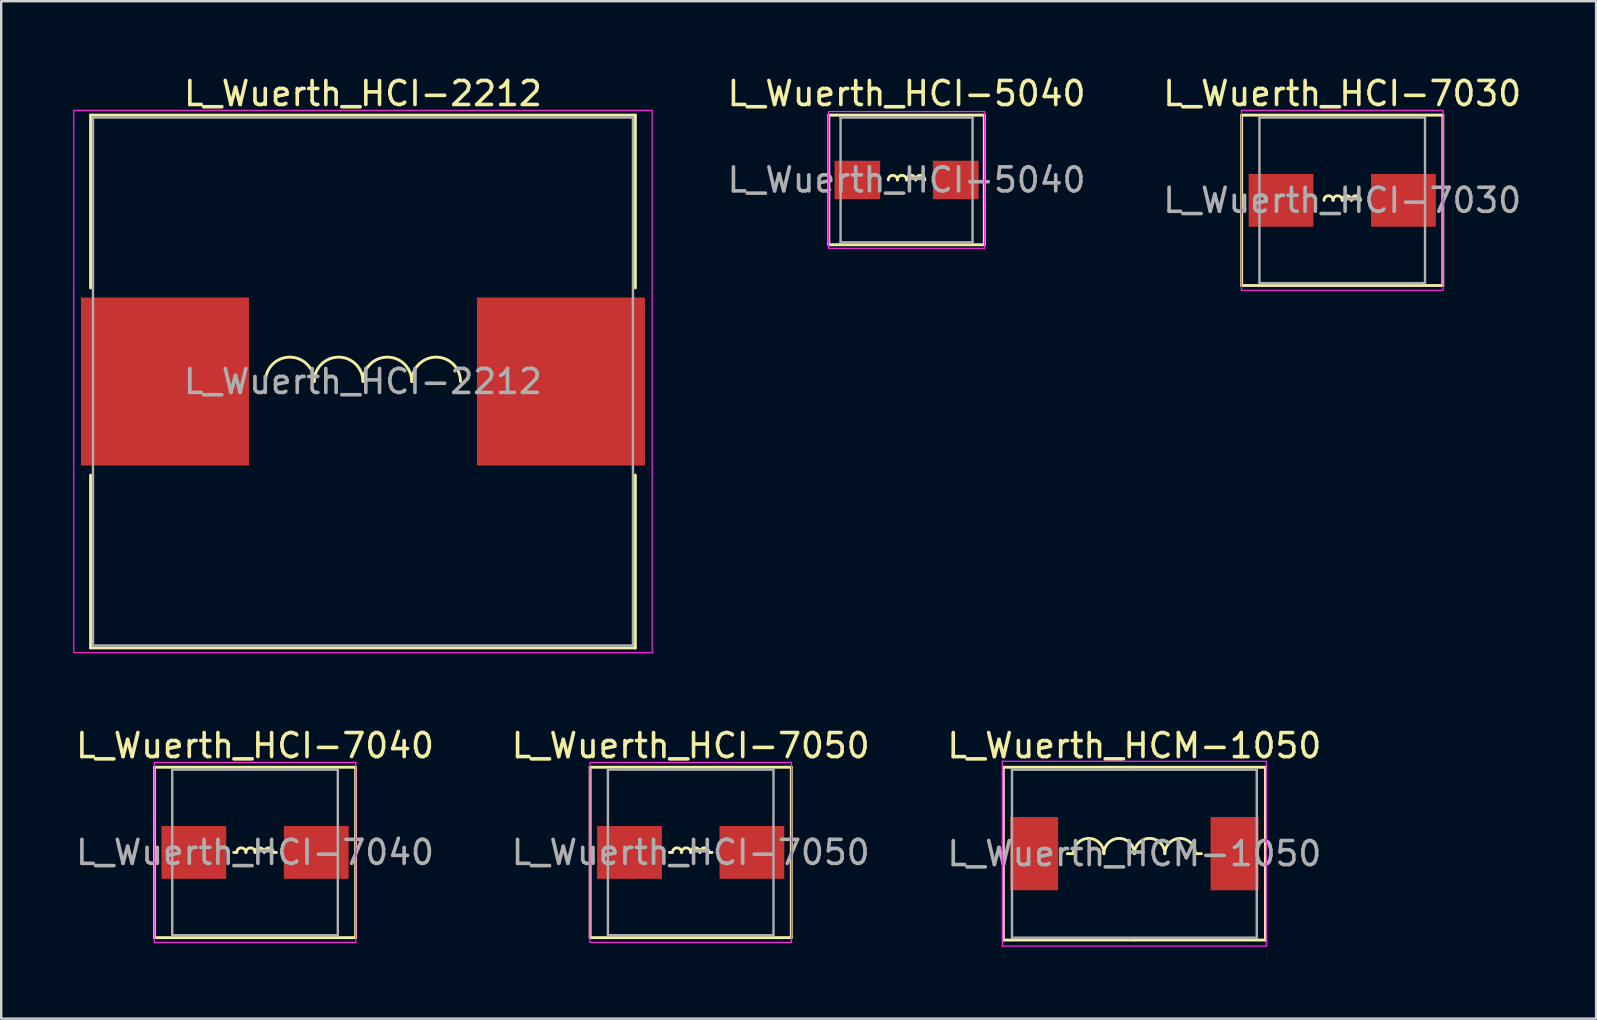
<source format=kicad_pcb>
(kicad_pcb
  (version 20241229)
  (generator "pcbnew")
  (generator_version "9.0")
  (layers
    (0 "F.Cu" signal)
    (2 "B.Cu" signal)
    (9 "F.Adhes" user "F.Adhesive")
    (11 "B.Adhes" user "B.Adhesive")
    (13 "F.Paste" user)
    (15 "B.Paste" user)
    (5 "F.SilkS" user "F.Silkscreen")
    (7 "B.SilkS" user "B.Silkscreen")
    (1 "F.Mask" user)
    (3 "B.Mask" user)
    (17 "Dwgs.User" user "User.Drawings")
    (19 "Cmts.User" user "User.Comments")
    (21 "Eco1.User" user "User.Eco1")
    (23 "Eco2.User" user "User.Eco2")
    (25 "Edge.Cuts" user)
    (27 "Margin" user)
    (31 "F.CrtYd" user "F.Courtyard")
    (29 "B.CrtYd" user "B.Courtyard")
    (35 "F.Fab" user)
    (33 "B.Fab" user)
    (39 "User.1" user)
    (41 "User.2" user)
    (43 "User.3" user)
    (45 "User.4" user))
  (footprint "L_Wuerth_HCI-7050"
    (layer "F.Cu")
    (at 25.732 32.471)
    (property "Reference" "L_Wuerth_HCI-7050" (at 0 -4.45 0) (layer "F.SilkS") (effects (font (size 1 1) (thickness 0.15))))
    (attr smd)
    (fp_line (start -4.191 -3.55) (end -4.191 3.55) (stroke (width 0.12) (type solid)) (layer "F.SilkS"))
    (fp_line (start -4.191 -3.55) (end 4.191 -3.55) (stroke (width 0.12) (type solid)) (layer "F.SilkS"))
    (fp_line (start -4.191 3.55) (end 4.191 3.55) (stroke (width 0.12) (type solid)) (layer "F.SilkS"))
    (fp_line (start -0.762 0) (end -0.889 0) (stroke (width 0.12) (type solid)) (layer "F.SilkS"))
    (fp_line (start 0.762 0) (end 0.889 0) (stroke (width 0.12) (type solid)) (layer "F.SilkS"))
    (fp_line (start 4.191 3.55) (end 4.191 -3.55) (stroke (width 0.12) (type solid)) (layer "F.SilkS"))
    (fp_arc (start -0.762 0) (mid -0.5715 -0.1905) (end -0.381 0) (stroke (width 0.12) (type solid)) (layer "F.SilkS"))
    (fp_arc (start -0.381 0) (mid -0.1905 -0.1905) (end 0 0) (stroke (width 0.12) (type solid)) (layer "F.SilkS"))
    (fp_arc (start 0 0) (mid 0.1905 -0.1905) (end 0.381 0) (stroke (width 0.12) (type solid)) (layer "F.SilkS"))
    (fp_arc (start 0.381 0) (mid 0.5715 -0.1905) (end 0.762 0) (stroke (width 0.12) (type solid)) (layer "F.SilkS"))
    (fp_line (start -4.2 -3.75) (end -4.2 3.75) (stroke (width 0.05) (type solid)) (layer "F.CrtYd"))
    (fp_line (start -4.2 3.75) (end 4.2 3.75) (stroke (width 0.05) (type solid)) (layer "F.CrtYd"))
    (fp_line (start 4.2 -3.75) (end -4.2 -3.75) (stroke (width 0.05) (type solid)) (layer "F.CrtYd"))
    (fp_line (start 4.2 3.75) (end 4.2 -3.75) (stroke (width 0.05) (type solid)) (layer "F.CrtYd"))
    (fp_line (start -3.45 -3.45) (end -3.45 3.45) (stroke (width 0.1) (type solid)) (layer "F.Fab"))
    (fp_line (start -3.45 3.45) (end 3.45 3.45) (stroke (width 0.1) (type solid)) (layer "F.Fab"))
    (fp_line (start 3.45 -3.45) (end -3.45 -3.45) (stroke (width 0.1) (type solid)) (layer "F.Fab"))
    (fp_line (start 3.45 3.45) (end 3.45 -3.45) (stroke (width 0.1) (type solid)) (layer "F.Fab"))
    (fp_text user "${REFERENCE}" (at 0 0 0) (layer "F.Fab") (effects (font (size 1 1) (thickness 0.15))))
    (pad "1" smd rect (at -2.55 0) (size 2.7 2.2) (layers "F.Cu" "F.Mask" "F.Paste"))
    (pad "2" smd rect (at 2.55 0) (size 2.7 2.2) (layers "F.Cu" "F.Mask" "F.Paste")))
  (footprint "L_Wuerth_HCM-1050"
    (layer "F.Cu")
    (at 44.22 32.522)
    (property "Reference" "L_Wuerth_HCM-1050" (at 0 -4.5 0) (layer "F.SilkS") (effects (font (size 1 1) (thickness 0.15))))
    (attr smd)
    (fp_line (start -5.461 -3.6) (end -5.461 3.6) (stroke (width 0.12) (type solid)) (layer "F.SilkS"))
    (fp_line (start -5.461 -3.6) (end 0 -3.6) (stroke (width 0.12) (type solid)) (layer "F.SilkS"))
    (fp_line (start -5.461 3.6) (end 0 3.6) (stroke (width 0.12) (type solid)) (layer "F.SilkS"))
    (fp_line (start -2.54 0) (end -2.794 0) (stroke (width 0.12) (type solid)) (layer "F.SilkS"))
    (fp_line (start 2.54 0) (end 2.794 0) (stroke (width 0.12) (type solid)) (layer "F.SilkS"))
    (fp_line (start 5.461 -3.6) (end 0 -3.6) (stroke (width 0.12) (type solid)) (layer "F.SilkS"))
    (fp_line (start 5.461 3.6) (end 0 3.6) (stroke (width 0.12) (type solid)) (layer "F.SilkS"))
    (fp_line (start 5.461 3.6) (end 5.461 -3.6) (stroke (width 0.12) (type solid)) (layer "F.SilkS"))
    (fp_arc (start -2.54 0) (mid -1.905 -0.635) (end -1.27 0) (stroke (width 0.12) (type solid)) (layer "F.SilkS"))
    (fp_arc (start -1.27 0) (mid -0.635 -0.635) (end 0 0) (stroke (width 0.12) (type solid)) (layer "F.SilkS"))
    (fp_arc (start 0 0) (mid 0.635 -0.635) (end 1.27 0) (stroke (width 0.12) (type solid)) (layer "F.SilkS"))
    (fp_arc (start 1.27 0) (mid 1.905 -0.635) (end 2.54 0) (stroke (width 0.12) (type solid)) (layer "F.SilkS"))
    (fp_line (start -5.5 -3.85) (end -5.5 3.85) (stroke (width 0.05) (type solid)) (layer "F.CrtYd"))
    (fp_line (start -5.5 3.85) (end 5.5 3.85) (stroke (width 0.05) (type solid)) (layer "F.CrtYd"))
    (fp_line (start 5.5 -3.85) (end -5.5 -3.85) (stroke (width 0.05) (type solid)) (layer "F.CrtYd"))
    (fp_line (start 5.5 3.85) (end 5.5 -3.85) (stroke (width 0.05) (type solid)) (layer "F.CrtYd"))
    (fp_line (start -5.1 -3.5) (end -5.1 3.5) (stroke (width 0.1) (type solid)) (layer "F.Fab"))
    (fp_line (start -5.1 3.5) (end 5.1 3.5) (stroke (width 0.1) (type solid)) (layer "F.Fab"))
    (fp_line (start 5.1 -3.5) (end -5.1 -3.5) (stroke (width 0.1) (type solid)) (layer "F.Fab"))
    (fp_line (start 5.1 3.5) (end 5.1 -3.5) (stroke (width 0.1) (type solid)) (layer "F.Fab"))
    (fp_text user "${REFERENCE}" (at 0 0 0) (layer "F.Fab") (effects (font (size 1 1) (thickness 0.15))))
    (pad "1" smd rect (at -4.175 0) (size 2 3.05) (layers "F.Cu" "F.Mask" "F.Paste"))
    (pad "2" smd rect (at 4.175 0) (size 2 3.05) (layers "F.Cu" "F.Mask" "F.Paste")))
  (footprint "L_Wuerth_HCI-7040"
    (layer "F.Cu")
    (at 7.577 32.471)
    (property "Reference" "L_Wuerth_HCI-7040" (at 0 -4.45 0) (layer "F.SilkS") (effects (font (size 1 1) (thickness 0.15))))
    (attr smd)
    (fp_line (start -4.191 -3.55) (end -4.191 3.55) (stroke (width 0.12) (type solid)) (layer "F.SilkS"))
    (fp_line (start -4.191 -3.55) (end 4.191 -3.55) (stroke (width 0.12) (type solid)) (layer "F.SilkS"))
    (fp_line (start -4.191 3.55) (end 4.191 3.55) (stroke (width 0.12) (type solid)) (layer "F.SilkS"))
    (fp_line (start -0.762 0) (end -0.889 0) (stroke (width 0.12) (type solid)) (layer "F.SilkS"))
    (fp_line (start 0.762 0) (end 0.889 0) (stroke (width 0.12) (type solid)) (layer "F.SilkS"))
    (fp_line (start 4.191 3.55) (end 4.191 -3.55) (stroke (width 0.12) (type solid)) (layer "F.SilkS"))
    (fp_arc (start -0.762 0) (mid -0.5715 -0.1905) (end -0.381 0) (stroke (width 0.12) (type solid)) (layer "F.SilkS"))
    (fp_arc (start -0.381 0) (mid -0.1905 -0.1905) (end 0 0) (stroke (width 0.12) (type solid)) (layer "F.SilkS"))
    (fp_arc (start 0 0) (mid 0.1905 -0.1905) (end 0.381 0) (stroke (width 0.12) (type solid)) (layer "F.SilkS"))
    (fp_arc (start 0.381 0) (mid 0.5715 -0.1905) (end 0.762 0) (stroke (width 0.12) (type solid)) (layer "F.SilkS"))
    (fp_line (start -4.2 -3.75) (end -4.2 3.75) (stroke (width 0.05) (type solid)) (layer "F.CrtYd"))
    (fp_line (start -4.2 3.75) (end 4.2 3.75) (stroke (width 0.05) (type solid)) (layer "F.CrtYd"))
    (fp_line (start 4.2 -3.75) (end -4.2 -3.75) (stroke (width 0.05) (type solid)) (layer "F.CrtYd"))
    (fp_line (start 4.2 3.75) (end 4.2 -3.75) (stroke (width 0.05) (type solid)) (layer "F.CrtYd"))
    (fp_line (start -3.45 -3.45) (end -3.45 3.45) (stroke (width 0.1) (type solid)) (layer "F.Fab"))
    (fp_line (start -3.45 3.45) (end 3.45 3.45) (stroke (width 0.1) (type solid)) (layer "F.Fab"))
    (fp_line (start 3.45 -3.45) (end -3.45 -3.45) (stroke (width 0.1) (type solid)) (layer "F.Fab"))
    (fp_line (start 3.45 3.45) (end 3.45 -3.45) (stroke (width 0.1) (type solid)) (layer "F.Fab"))
    (fp_text user "${REFERENCE}" (at 0 0 0) (layer "F.Fab") (effects (font (size 1 1) (thickness 0.15))))
    (pad "1" smd rect (at -2.55 0) (size 2.7 2.2) (layers "F.Cu" "F.Mask" "F.Paste"))
    (pad "2" smd rect (at 2.55 0) (size 2.7 2.2) (layers "F.Cu" "F.Mask" "F.Paste")))
  (footprint "L_Wuerth_HCI-7030"
    (layer "F.Cu")
    (at 52.882 5.298)
    (property "Reference" "L_Wuerth_HCI-7030" (at 0 -4.45 0) (layer "F.SilkS") (effects (font (size 1 1) (thickness 0.15))))
    (attr smd)
    (fp_line (start -4.191 -3.55) (end -4.191 3.55) (stroke (width 0.12) (type solid)) (layer "F.SilkS"))
    (fp_line (start -4.191 -3.55) (end 4.191 -3.55) (stroke (width 0.12) (type solid)) (layer "F.SilkS"))
    (fp_line (start -4.191 3.55) (end 4.191 3.55) (stroke (width 0.12) (type solid)) (layer "F.SilkS"))
    (fp_line (start 4.191 3.55) (end 4.191 -3.55) (stroke (width 0.12) (type solid)) (layer "F.SilkS"))
    (fp_arc (start -0.762 0) (mid -0.5715 -0.1905) (end -0.381 0) (stroke (width 0.12) (type solid)) (layer "F.SilkS"))
    (fp_arc (start -0.381 0) (mid -0.1905 -0.1905) (end 0 0) (stroke (width 0.12) (type solid)) (layer "F.SilkS"))
    (fp_arc (start 0 0) (mid 0.1905 -0.1905) (end 0.381 0) (stroke (width 0.12) (type solid)) (layer "F.SilkS"))
    (fp_arc (start 0.381 0) (mid 0.5715 -0.1905) (end 0.762 0) (stroke (width 0.12) (type solid)) (layer "F.SilkS"))
    (fp_line (start -4.2 -3.75) (end -4.2 3.75) (stroke (width 0.05) (type solid)) (layer "F.CrtYd"))
    (fp_line (start -4.2 3.75) (end 4.2 3.75) (stroke (width 0.05) (type solid)) (layer "F.CrtYd"))
    (fp_line (start 4.2 -3.75) (end -4.2 -3.75) (stroke (width 0.05) (type solid)) (layer "F.CrtYd"))
    (fp_line (start 4.2 3.75) (end 4.2 -3.75) (stroke (width 0.05) (type solid)) (layer "F.CrtYd"))
    (fp_line (start -3.45 -3.45) (end -3.45 3.45) (stroke (width 0.1) (type solid)) (layer "F.Fab"))
    (fp_line (start -3.45 3.45) (end 3.45 3.45) (stroke (width 0.1) (type solid)) (layer "F.Fab"))
    (fp_line (start 3.45 -3.45) (end -3.45 -3.45) (stroke (width 0.1) (type solid)) (layer "F.Fab"))
    (fp_line (start 3.45 3.45) (end 3.45 -3.45) (stroke (width 0.1) (type solid)) (layer "F.Fab"))
    (fp_text user "${REFERENCE}" (at 0 0 0) (layer "F.Fab") (effects (font (size 1 1) (thickness 0.15))))
    (pad "1" smd rect (at -2.55 0) (size 2.7 2.2) (layers "F.Cu" "F.Mask" "F.Paste"))
    (pad "2" smd rect (at 2.55 0) (size 2.7 2.2) (layers "F.Cu" "F.Mask" "F.Paste")))
  (footprint "L_Wuerth_HCI-5040"
    (layer "F.Cu")
    (at 34.727 4.448)
    (property "Reference" "L_Wuerth_HCI-5040" (at 0 -3.6 0) (layer "F.SilkS") (effects (font (size 1 1) (thickness 0.15))))
    (attr smd)
    (fp_line (start -3.239 -2.7) (end -3.239 2.7) (stroke (width 0.12) (type solid)) (layer "F.SilkS"))
    (fp_line (start -3.239 -2.7) (end 3.239 -2.7) (stroke (width 0.12) (type solid)) (layer "F.SilkS"))
    (fp_line (start -3.239 2.7) (end 3.239 2.7) (stroke (width 0.12) (type solid)) (layer "F.SilkS"))
    (fp_line (start 3.239 2.7) (end 3.239 -2.7) (stroke (width 0.12) (type solid)) (layer "F.SilkS"))
    (fp_arc (start -0.762 0) (mid -0.5715 -0.1905) (end -0.381 0) (stroke (width 0.12) (type solid)) (layer "F.SilkS"))
    (fp_arc (start -0.381 0) (mid -0.1905 -0.1905) (end 0 0) (stroke (width 0.12) (type solid)) (layer "F.SilkS"))
    (fp_arc (start 0 0) (mid 0.1905 -0.1905) (end 0.381 0) (stroke (width 0.12) (type solid)) (layer "F.SilkS"))
    (fp_arc (start 0.381 0) (mid 0.5715 -0.1905) (end 0.762 0) (stroke (width 0.12) (type solid)) (layer "F.SilkS"))
    (fp_line (start -3.25 -2.85) (end -3.25 2.85) (stroke (width 0.05) (type solid)) (layer "F.CrtYd"))
    (fp_line (start -3.25 2.85) (end 3.25 2.85) (stroke (width 0.05) (type solid)) (layer "F.CrtYd"))
    (fp_line (start 3.25 -2.85) (end -3.25 -2.85) (stroke (width 0.05) (type solid)) (layer "F.CrtYd"))
    (fp_line (start 3.25 2.85) (end 3.25 -2.85) (stroke (width 0.05) (type solid)) (layer "F.CrtYd"))
    (fp_line (start -2.75 -2.6) (end -2.75 2.6) (stroke (width 0.1) (type solid)) (layer "F.Fab"))
    (fp_line (start -2.75 2.6) (end 2.75 2.6) (stroke (width 0.1) (type solid)) (layer "F.Fab"))
    (fp_line (start 2.75 -2.6) (end -2.75 -2.6) (stroke (width 0.1) (type solid)) (layer "F.Fab"))
    (fp_line (start 2.75 2.6) (end 2.75 -2.6) (stroke (width 0.1) (type solid)) (layer "F.Fab"))
    (fp_text user "${REFERENCE}" (at 0 0 0) (layer "F.Fab") (effects (font (size 1 1) (thickness 0.15))))
    (pad "1" smd rect (at -2.05 0) (size 1.9 1.6) (layers "F.Cu" "F.Mask" "F.Paste"))
    (pad "2" smd rect (at 2.05 0) (size 1.9 1.6) (layers "F.Cu" "F.Mask" "F.Paste")))
  (footprint "L_Wuerth_HCI-2212"
    (layer "F.Cu")
    (at 12.075 12.848)
    (property "Reference" "L_Wuerth_HCI-2212" (at 0 -12 0) (layer "F.SilkS") (effects (font (size 1 1) (thickness 0.15))))
    (attr smd)
    (fp_line (start -11.35 -11.1) (end 11.35 -11.1) (stroke (width 0.12) (type solid)) (layer "F.SilkS"))
    (fp_line (start -11.35 -3.9) (end -11.35 -11.1) (stroke (width 0.12) (type solid)) (layer "F.SilkS"))
    (fp_line (start -11.35 3.9) (end -11.35 11.1) (stroke (width 0.12) (type solid)) (layer "F.SilkS"))
    (fp_line (start -11.35 11.1) (end 11.35 11.1) (stroke (width 0.12) (type solid)) (layer "F.SilkS"))
    (fp_line (start 11.35 -11.1) (end 11.35 -3.9) (stroke (width 0.12) (type solid)) (layer "F.SilkS"))
    (fp_line (start 11.35 11.1) (end 11.35 3.9) (stroke (width 0.12) (type solid)) (layer "F.SilkS"))
    (fp_arc (start -4.064 0) (mid -3.048 -1.016) (end -2.032 0) (stroke (width 0.12) (type solid)) (layer "F.SilkS"))
    (fp_arc (start -2.032 0) (mid -1.016 -1.016) (end 0 0) (stroke (width 0.12) (type solid)) (layer "F.SilkS"))
    (fp_arc (start 0 0) (mid 1.016 -1.016) (end 2.032 0) (stroke (width 0.12) (type solid)) (layer "F.SilkS"))
    (fp_arc (start 2.032 0) (mid 3.048 -1.016) (end 4.064 0) (stroke (width 0.12) (type solid)) (layer "F.SilkS"))
    (fp_line (start -12.05 -11.3) (end -12.05 11.3) (stroke (width 0.05) (type solid)) (layer "F.CrtYd"))
    (fp_line (start -12.05 11.3) (end 12.05 11.3) (stroke (width 0.05) (type solid)) (layer "F.CrtYd"))
    (fp_line (start 12.05 -11.3) (end -12.05 -11.3) (stroke (width 0.05) (type solid)) (layer "F.CrtYd"))
    (fp_line (start 12.05 11.3) (end 12.05 -11.3) (stroke (width 0.05) (type solid)) (layer "F.CrtYd"))
    (fp_line (start -11.25 -11) (end -11.25 11) (stroke (width 0.1) (type solid)) (layer "F.Fab"))
    (fp_line (start -11.25 11) (end 11.25 11) (stroke (width 0.1) (type solid)) (layer "F.Fab"))
    (fp_line (start 11.25 -11) (end -11.25 -11) (stroke (width 0.1) (type solid)) (layer "F.Fab"))
    (fp_line (start 11.25 11) (end 11.25 -11) (stroke (width 0.1) (type solid)) (layer "F.Fab"))
    (fp_text user "${REFERENCE}" (at 0 0 0) (layer "F.Fab") (effects (font (size 1 1) (thickness 0.15))))
    (pad "1" smd rect (at -8.25 0) (size 7 7) (layers "F.Cu" "F.Mask" "F.Paste"))
    (pad "2" smd rect (at 8.25 0) (size 7 7) (layers "F.Cu" "F.Mask" "F.Paste")))
  (gr_rect
    (start -3 -3)
    (end 63.46 39.397)
    (stroke (width 0.1) (type default))
    (fill no)
    (layer "Edge.Cuts")))
</source>
